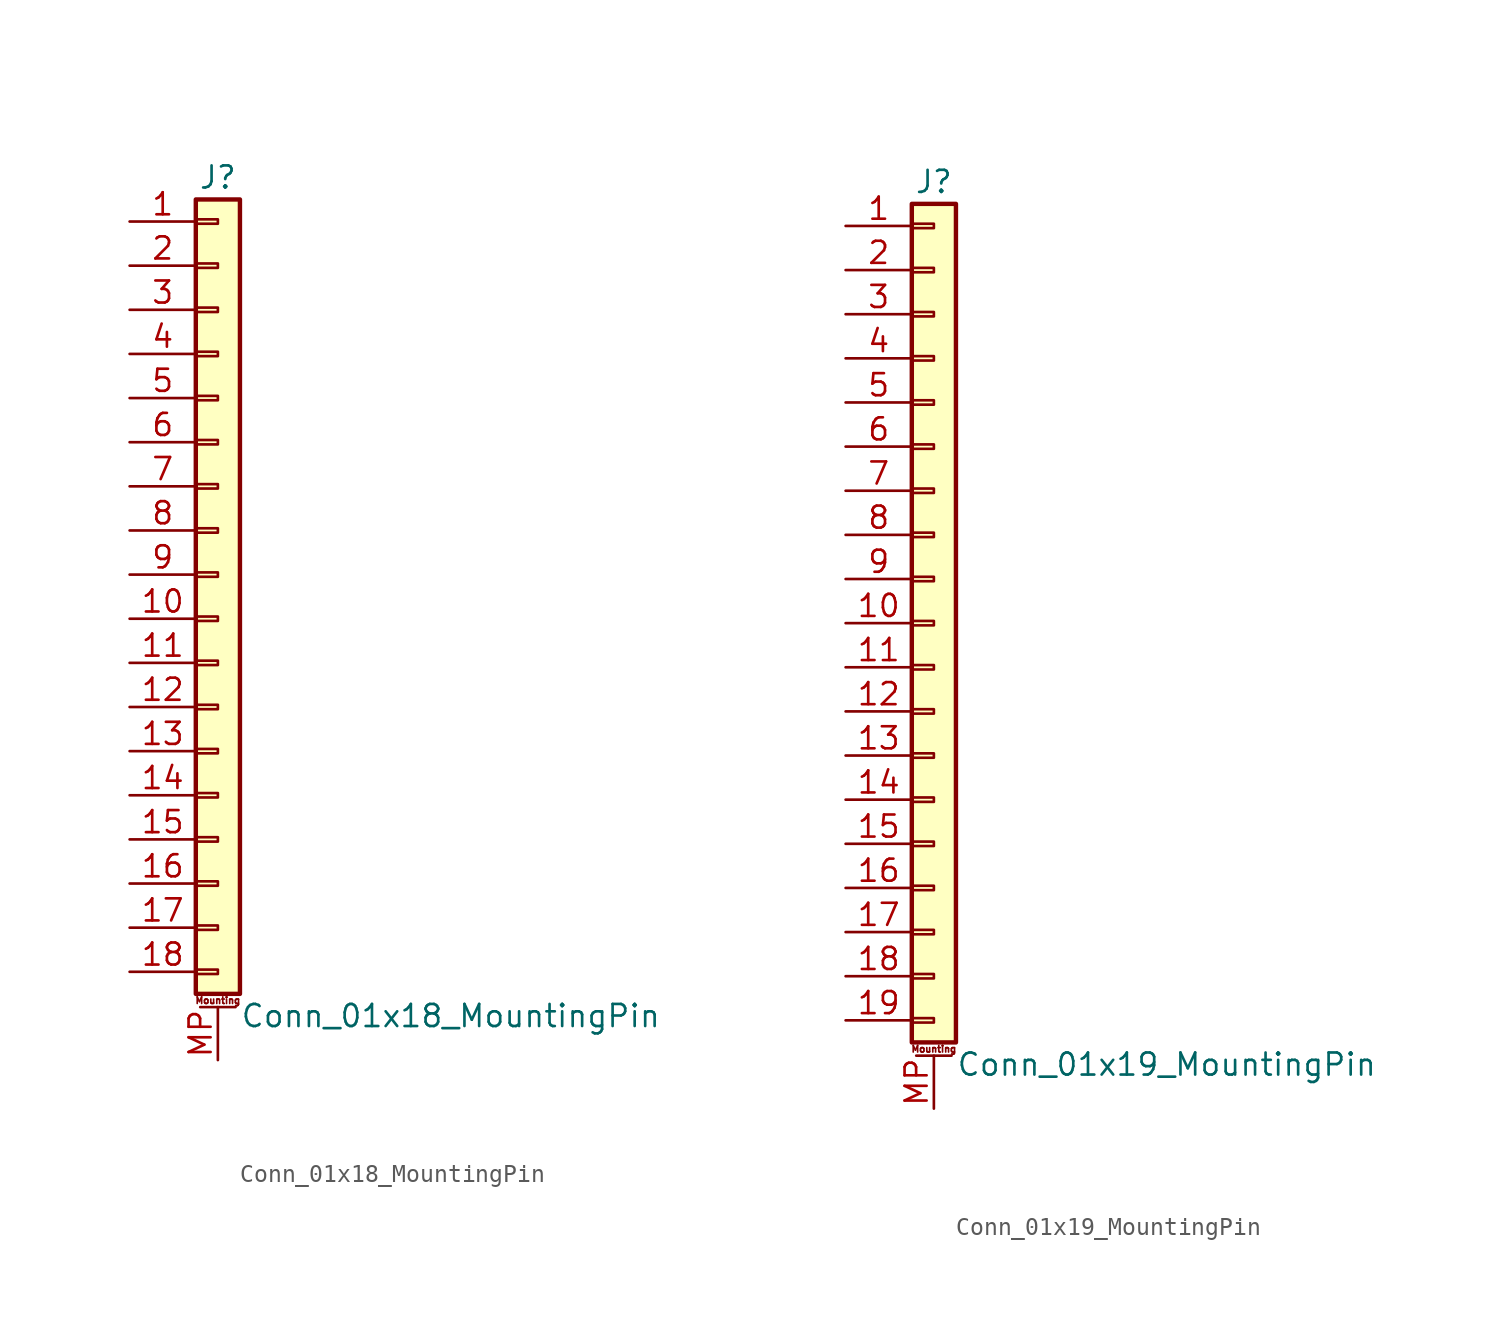
<source format=kicad_sym>
(kicad_symbol_lib
  (version 20211014)
  (generator kicad_symbol_editor)
  (symbol "Conn_01x18_MountingPin"
    (pin_names
      (offset 1.016) hide)
    (property "Reference" "J"
      (at 0 22.86 0)
      (effects (font (size 1.27 1.27))))
    (property "Value" "Conn_01x18_MountingPin"
      (at 1.27 -25.4 0)
      (effects (font (size 1.27 1.27)) (justify left)))
    (symbol "Conn_01x18_MountingPin_1_1"
      (rectangle (start -1.27 -22.733) (end 0 -22.987) (stroke (width 0.152) (type default) (color 0 0 0 0)) (fill (type none)))
      (rectangle (start -1.27 -20.193) (end 0 -20.447) (stroke (width 0.152) (type default) (color 0 0 0 0)) (fill (type none)))
      (rectangle (start -1.27 -17.653) (end 0 -17.907) (stroke (width 0.152) (type default) (color 0 0 0 0)) (fill (type none)))
      (rectangle (start -1.27 -15.113) (end 0 -15.367) (stroke (width 0.152) (type default) (color 0 0 0 0)) (fill (type none)))
      (rectangle (start -1.27 -12.573) (end 0 -12.827) (stroke (width 0.152) (type default) (color 0 0 0 0)) (fill (type none)))
      (rectangle (start -1.27 -10.033) (end 0 -10.287) (stroke (width 0.152) (type default) (color 0 0 0 0)) (fill (type none)))
      (rectangle (start -1.27 -7.493) (end 0 -7.747) (stroke (width 0.152) (type default) (color 0 0 0 0)) (fill (type none)))
      (rectangle (start -1.27 -4.953) (end 0 -5.207) (stroke (width 0.152) (type default) (color 0 0 0 0)) (fill (type none)))
      (rectangle (start -1.27 -2.413) (end 0 -2.667) (stroke (width 0.152) (type default) (color 0 0 0 0)) (fill (type none)))
      (rectangle (start -1.27 0.127) (end 0 -0.127) (stroke (width 0.152) (type default) (color 0 0 0 0)) (fill (type none)))
      (rectangle (start -1.27 2.667) (end 0 2.413) (stroke (width 0.152) (type default) (color 0 0 0 0)) (fill (type none)))
      (rectangle (start -1.27 5.207) (end 0 4.953) (stroke (width 0.152) (type default) (color 0 0 0 0)) (fill (type none)))
      (rectangle (start -1.27 7.747) (end 0 7.493) (stroke (width 0.152) (type default) (color 0 0 0 0)) (fill (type none)))
      (rectangle (start -1.27 10.287) (end 0 10.033) (stroke (width 0.152) (type default) (color 0 0 0 0)) (fill (type none)))
      (rectangle (start -1.27 12.827) (end 0 12.573) (stroke (width 0.152) (type default) (color 0 0 0 0)) (fill (type none)))
      (rectangle (start -1.27 15.367) (end 0 15.113) (stroke (width 0.152) (type default) (color 0 0 0 0)) (fill (type none)))
      (rectangle (start -1.27 17.907) (end 0 17.653) (stroke (width 0.152) (type default) (color 0 0 0 0)) (fill (type none)))
      (rectangle (start -1.27 20.447) (end 0 20.193) (stroke (width 0.152) (type default) (color 0 0 0 0)) (fill (type none)))
      (rectangle (start -1.27 21.59) (end 1.27 -24.13) (stroke (width 0.254) (type default) (color 0 0 0 0)) (fill (type background)))
      (polyline (pts (xy -1.016 -24.892) (xy 1.016 -24.892)) (stroke (width 0.152) (type default) (color 0 0 0 0)) (fill (type none)))
      (text "Mounting" (at 0 -24.511 0) (effects (font (size 0.381 0.381))))
      (pin passive line (at -5.08 20.32 0) (length 3.81) (name "Pin_1" (effects (font (size 1.27 1.27)))) (number "1" (effects (font (size 1.27 1.27)))))
      (pin passive line (at -5.08 -2.54 0) (length 3.81) (name "Pin_10" (effects (font (size 1.27 1.27)))) (number "10" (effects (font (size 1.27 1.27)))))
      (pin passive line (at -5.08 -5.08 0) (length 3.81) (name "Pin_11" (effects (font (size 1.27 1.27)))) (number "11" (effects (font (size 1.27 1.27)))))
      (pin passive line (at -5.08 -7.62 0) (length 3.81) (name "Pin_12" (effects (font (size 1.27 1.27)))) (number "12" (effects (font (size 1.27 1.27)))))
      (pin passive line (at -5.08 -10.16 0) (length 3.81) (name "Pin_13" (effects (font (size 1.27 1.27)))) (number "13" (effects (font (size 1.27 1.27)))))
      (pin passive line (at -5.08 -12.7 0) (length 3.81) (name "Pin_14" (effects (font (size 1.27 1.27)))) (number "14" (effects (font (size 1.27 1.27)))))
      (pin passive line (at -5.08 -15.24 0) (length 3.81) (name "Pin_15" (effects (font (size 1.27 1.27)))) (number "15" (effects (font (size 1.27 1.27)))))
      (pin passive line (at -5.08 -17.78 0) (length 3.81) (name "Pin_16" (effects (font (size 1.27 1.27)))) (number "16" (effects (font (size 1.27 1.27)))))
      (pin passive line (at -5.08 -20.32 0) (length 3.81) (name "Pin_17" (effects (font (size 1.27 1.27)))) (number "17" (effects (font (size 1.27 1.27)))))
      (pin passive line (at -5.08 -22.86 0) (length 3.81) (name "Pin_18" (effects (font (size 1.27 1.27)))) (number "18" (effects (font (size 1.27 1.27)))))
      (pin passive line (at -5.08 17.78 0) (length 3.81) (name "Pin_2" (effects (font (size 1.27 1.27)))) (number "2" (effects (font (size 1.27 1.27)))))
      (pin passive line (at -5.08 15.24 0) (length 3.81) (name "Pin_3" (effects (font (size 1.27 1.27)))) (number "3" (effects (font (size 1.27 1.27)))))
      (pin passive line (at -5.08 12.7 0) (length 3.81) (name "Pin_4" (effects (font (size 1.27 1.27)))) (number "4" (effects (font (size 1.27 1.27)))))
      (pin passive line (at -5.08 10.16 0) (length 3.81) (name "Pin_5" (effects (font (size 1.27 1.27)))) (number "5" (effects (font (size 1.27 1.27)))))
      (pin passive line (at -5.08 7.62 0) (length 3.81) (name "Pin_6" (effects (font (size 1.27 1.27)))) (number "6" (effects (font (size 1.27 1.27)))))
      (pin passive line (at -5.08 5.08 0) (length 3.81) (name "Pin_7" (effects (font (size 1.27 1.27)))) (number "7" (effects (font (size 1.27 1.27)))))
      (pin passive line (at -5.08 2.54 0) (length 3.81) (name "Pin_8" (effects (font (size 1.27 1.27)))) (number "8" (effects (font (size 1.27 1.27)))))
      (pin passive line (at -5.08 0 0) (length 3.81) (name "Pin_9" (effects (font (size 1.27 1.27)))) (number "9" (effects (font (size 1.27 1.27)))))
      (pin passive line (at 0 -27.94 90) (length 3.048) (name "MountPin" (effects (font (size 1.27 1.27)))) (number "MP" (effects (font (size 1.27 1.27)))))))
  (symbol "Conn_01x19_MountingPin"
    (pin_names
      (offset 1.016) hide)
    (property "Reference" "J"
      (at 0 25.4 0)
      (effects (font (size 1.27 1.27))))
    (property "Value" "Conn_01x19_MountingPin"
      (at 1.27 -25.4 0)
      (effects (font (size 1.27 1.27)) (justify left)))
    (symbol "Conn_01x19_MountingPin_1_1"
      (rectangle (start -1.27 -22.733) (end 0 -22.987) (stroke (width 0.152) (type default) (color 0 0 0 0)) (fill (type none)))
      (rectangle (start -1.27 -20.193) (end 0 -20.447) (stroke (width 0.152) (type default) (color 0 0 0 0)) (fill (type none)))
      (rectangle (start -1.27 -17.653) (end 0 -17.907) (stroke (width 0.152) (type default) (color 0 0 0 0)) (fill (type none)))
      (rectangle (start -1.27 -15.113) (end 0 -15.367) (stroke (width 0.152) (type default) (color 0 0 0 0)) (fill (type none)))
      (rectangle (start -1.27 -12.573) (end 0 -12.827) (stroke (width 0.152) (type default) (color 0 0 0 0)) (fill (type none)))
      (rectangle (start -1.27 -10.033) (end 0 -10.287) (stroke (width 0.152) (type default) (color 0 0 0 0)) (fill (type none)))
      (rectangle (start -1.27 -7.493) (end 0 -7.747) (stroke (width 0.152) (type default) (color 0 0 0 0)) (fill (type none)))
      (rectangle (start -1.27 -4.953) (end 0 -5.207) (stroke (width 0.152) (type default) (color 0 0 0 0)) (fill (type none)))
      (rectangle (start -1.27 -2.413) (end 0 -2.667) (stroke (width 0.152) (type default) (color 0 0 0 0)) (fill (type none)))
      (rectangle (start -1.27 0.127) (end 0 -0.127) (stroke (width 0.152) (type default) (color 0 0 0 0)) (fill (type none)))
      (rectangle (start -1.27 2.667) (end 0 2.413) (stroke (width 0.152) (type default) (color 0 0 0 0)) (fill (type none)))
      (rectangle (start -1.27 5.207) (end 0 4.953) (stroke (width 0.152) (type default) (color 0 0 0 0)) (fill (type none)))
      (rectangle (start -1.27 7.747) (end 0 7.493) (stroke (width 0.152) (type default) (color 0 0 0 0)) (fill (type none)))
      (rectangle (start -1.27 10.287) (end 0 10.033) (stroke (width 0.152) (type default) (color 0 0 0 0)) (fill (type none)))
      (rectangle (start -1.27 12.827) (end 0 12.573) (stroke (width 0.152) (type default) (color 0 0 0 0)) (fill (type none)))
      (rectangle (start -1.27 15.367) (end 0 15.113) (stroke (width 0.152) (type default) (color 0 0 0 0)) (fill (type none)))
      (rectangle (start -1.27 17.907) (end 0 17.653) (stroke (width 0.152) (type default) (color 0 0 0 0)) (fill (type none)))
      (rectangle (start -1.27 20.447) (end 0 20.193) (stroke (width 0.152) (type default) (color 0 0 0 0)) (fill (type none)))
      (rectangle (start -1.27 22.987) (end 0 22.733) (stroke (width 0.152) (type default) (color 0 0 0 0)) (fill (type none)))
      (rectangle (start -1.27 24.13) (end 1.27 -24.13) (stroke (width 0.254) (type default) (color 0 0 0 0)) (fill (type background)))
      (polyline (pts (xy -1.016 -24.892) (xy 1.016 -24.892)) (stroke (width 0.152) (type default) (color 0 0 0 0)) (fill (type none)))
      (text "Mounting" (at 0 -24.511 0) (effects (font (size 0.381 0.381))))
      (pin passive line (at -5.08 22.86 0) (length 3.81) (name "Pin_1" (effects (font (size 1.27 1.27)))) (number "1" (effects (font (size 1.27 1.27)))))
      (pin passive line (at -5.08 0 0) (length 3.81) (name "Pin_10" (effects (font (size 1.27 1.27)))) (number "10" (effects (font (size 1.27 1.27)))))
      (pin passive line (at -5.08 -2.54 0) (length 3.81) (name "Pin_11" (effects (font (size 1.27 1.27)))) (number "11" (effects (font (size 1.27 1.27)))))
      (pin passive line (at -5.08 -5.08 0) (length 3.81) (name "Pin_12" (effects (font (size 1.27 1.27)))) (number "12" (effects (font (size 1.27 1.27)))))
      (pin passive line (at -5.08 -7.62 0) (length 3.81) (name "Pin_13" (effects (font (size 1.27 1.27)))) (number "13" (effects (font (size 1.27 1.27)))))
      (pin passive line (at -5.08 -10.16 0) (length 3.81) (name "Pin_14" (effects (font (size 1.27 1.27)))) (number "14" (effects (font (size 1.27 1.27)))))
      (pin passive line (at -5.08 -12.7 0) (length 3.81) (name "Pin_15" (effects (font (size 1.27 1.27)))) (number "15" (effects (font (size 1.27 1.27)))))
      (pin passive line (at -5.08 -15.24 0) (length 3.81) (name "Pin_16" (effects (font (size 1.27 1.27)))) (number "16" (effects (font (size 1.27 1.27)))))
      (pin passive line (at -5.08 -17.78 0) (length 3.81) (name "Pin_17" (effects (font (size 1.27 1.27)))) (number "17" (effects (font (size 1.27 1.27)))))
      (pin passive line (at -5.08 -20.32 0) (length 3.81) (name "Pin_18" (effects (font (size 1.27 1.27)))) (number "18" (effects (font (size 1.27 1.27)))))
      (pin passive line (at -5.08 -22.86 0) (length 3.81) (name "Pin_19" (effects (font (size 1.27 1.27)))) (number "19" (effects (font (size 1.27 1.27)))))
      (pin passive line (at -5.08 20.32 0) (length 3.81) (name "Pin_2" (effects (font (size 1.27 1.27)))) (number "2" (effects (font (size 1.27 1.27)))))
      (pin passive line (at -5.08 17.78 0) (length 3.81) (name "Pin_3" (effects (font (size 1.27 1.27)))) (number "3" (effects (font (size 1.27 1.27)))))
      (pin passive line (at -5.08 15.24 0) (length 3.81) (name "Pin_4" (effects (font (size 1.27 1.27)))) (number "4" (effects (font (size 1.27 1.27)))))
      (pin passive line (at -5.08 12.7 0) (length 3.81) (name "Pin_5" (effects (font (size 1.27 1.27)))) (number "5" (effects (font (size 1.27 1.27)))))
      (pin passive line (at -5.08 10.16 0) (length 3.81) (name "Pin_6" (effects (font (size 1.27 1.27)))) (number "6" (effects (font (size 1.27 1.27)))))
      (pin passive line (at -5.08 7.62 0) (length 3.81) (name "Pin_7" (effects (font (size 1.27 1.27)))) (number "7" (effects (font (size 1.27 1.27)))))
      (pin passive line (at -5.08 5.08 0) (length 3.81) (name "Pin_8" (effects (font (size 1.27 1.27)))) (number "8" (effects (font (size 1.27 1.27)))))
      (pin passive line (at -5.08 2.54 0) (length 3.81) (name "Pin_9" (effects (font (size 1.27 1.27)))) (number "9" (effects (font (size 1.27 1.27)))))
      (pin passive line (at 0 -27.94 90) (length 3.048) (name "MountPin" (effects (font (size 1.27 1.27)))) (number "MP" (effects (font (size 1.27 1.27))))))))
</source>
